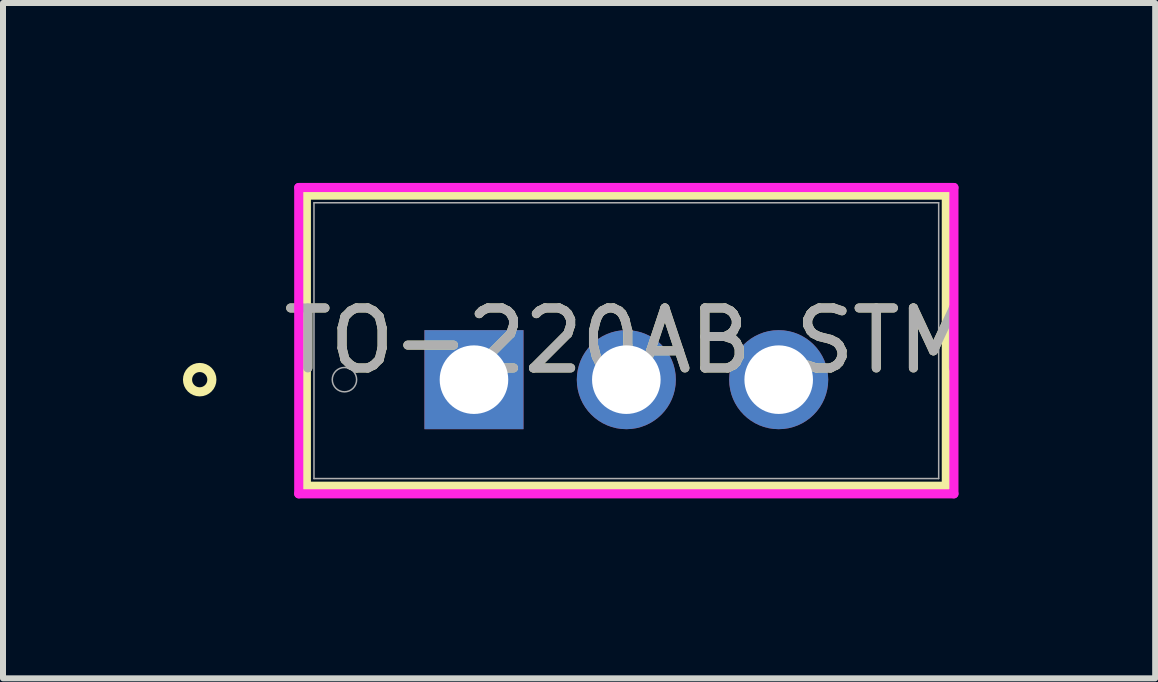
<source format=kicad_pcb>
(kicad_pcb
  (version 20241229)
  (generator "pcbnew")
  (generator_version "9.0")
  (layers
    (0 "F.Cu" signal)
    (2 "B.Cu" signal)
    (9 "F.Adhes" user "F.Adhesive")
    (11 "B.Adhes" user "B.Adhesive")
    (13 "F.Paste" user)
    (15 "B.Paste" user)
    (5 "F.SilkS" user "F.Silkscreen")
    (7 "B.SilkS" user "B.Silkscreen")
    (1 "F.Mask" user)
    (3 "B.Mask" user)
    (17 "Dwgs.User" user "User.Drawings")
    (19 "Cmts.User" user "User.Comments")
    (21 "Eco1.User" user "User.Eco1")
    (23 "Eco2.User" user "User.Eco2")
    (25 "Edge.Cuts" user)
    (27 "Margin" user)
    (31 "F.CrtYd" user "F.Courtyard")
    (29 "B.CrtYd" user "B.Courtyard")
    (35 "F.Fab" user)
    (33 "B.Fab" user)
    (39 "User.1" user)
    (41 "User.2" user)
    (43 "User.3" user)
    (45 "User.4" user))
  (footprint "TO-220AB_STM"
    (layer "F.Cu")
    (at 4.851 3.279)
    (property "Reference" "TO-220AB_STM" (at 2.54 -0.65 0) (unlocked yes) (layer "F.SilkS") (effects (font (size 1 1) (thickness 0.15))))
    (attr through_hole)
    (fp_line (start -2.794 -3.076) (end -2.794 1.776) (stroke (width 0.152) (type solid)) (layer "F.SilkS"))
    (fp_line (start -2.794 1.776) (end 7.874 1.776) (stroke (width 0.152) (type solid)) (layer "F.SilkS"))
    (fp_line (start 7.874 -3.076) (end -2.794 -3.076) (stroke (width 0.152) (type solid)) (layer "F.SilkS"))
    (fp_line (start 7.874 1.776) (end 7.874 -3.076) (stroke (width 0.152) (type solid)) (layer "F.SilkS"))
    (fp_circle (center -4.572 0) (end -4.369 0) (stroke (width 0.152) (type solid)) (fill no) (layer "F.SilkS"))
    (fp_line (start -2.921 -3.203) (end 8.001 -3.203) (stroke (width 0.152) (type solid)) (layer "F.CrtYd"))
    (fp_line (start -2.921 1.903) (end -2.921 -3.203) (stroke (width 0.152) (type solid)) (layer "F.CrtYd"))
    (fp_line (start 8.001 -3.203) (end 8.001 1.903) (stroke (width 0.152) (type solid)) (layer "F.CrtYd"))
    (fp_line (start 8.001 1.903) (end -2.921 1.903) (stroke (width 0.152) (type solid)) (layer "F.CrtYd"))
    (fp_line (start -2.667 -2.949) (end -2.667 1.649) (stroke (width 0.025) (type solid)) (layer "F.Fab"))
    (fp_line (start -2.667 1.649) (end 7.747 1.649) (stroke (width 0.025) (type solid)) (layer "F.Fab"))
    (fp_line (start -0.254 0) (end 0.254 0) (stroke (width 0.152) (type solid)) (layer "F.Fab"))
    (fp_line (start 0 0.254) (end 0 -0.254) (stroke (width 0.152) (type solid)) (layer "F.Fab"))
    (fp_line (start 7.747 -2.949) (end -2.667 -2.949) (stroke (width 0.025) (type solid)) (layer "F.Fab"))
    (fp_line (start 7.747 1.649) (end 7.747 -2.949) (stroke (width 0.025) (type solid)) (layer "F.Fab"))
    (fp_circle (center -2.159 0) (end -1.956 0) (stroke (width 0.025) (type solid)) (fill no) (layer "F.Fab"))
    (fp_text user "${REFERENCE}" (at 2.54 -0.65 0) (unlocked yes) (layer "F.Fab") (effects (font (size 1 1) (thickness 0.15))))
    (pad "1" thru_hole rect (at 0 0) (size 1.651 1.651) (drill 1.143) (layers "*.Cu" "*.Mask"))
    (pad "2" thru_hole circle (at 2.54 -0.000001) (size 1.651 1.651) (drill 1.143) (layers "*.Cu" "*.Mask"))
    (pad "3" thru_hole circle (at 5.08 -0.000001) (size 1.651 1.651) (drill 1.143) (layers "*.Cu" "*.Mask")))
  (gr_rect
    (start -3 -3)
    (end 16.207 8.258)
    (stroke (width 0.1) (type default))
    (fill no)
    (layer "Edge.Cuts")))
</source>
